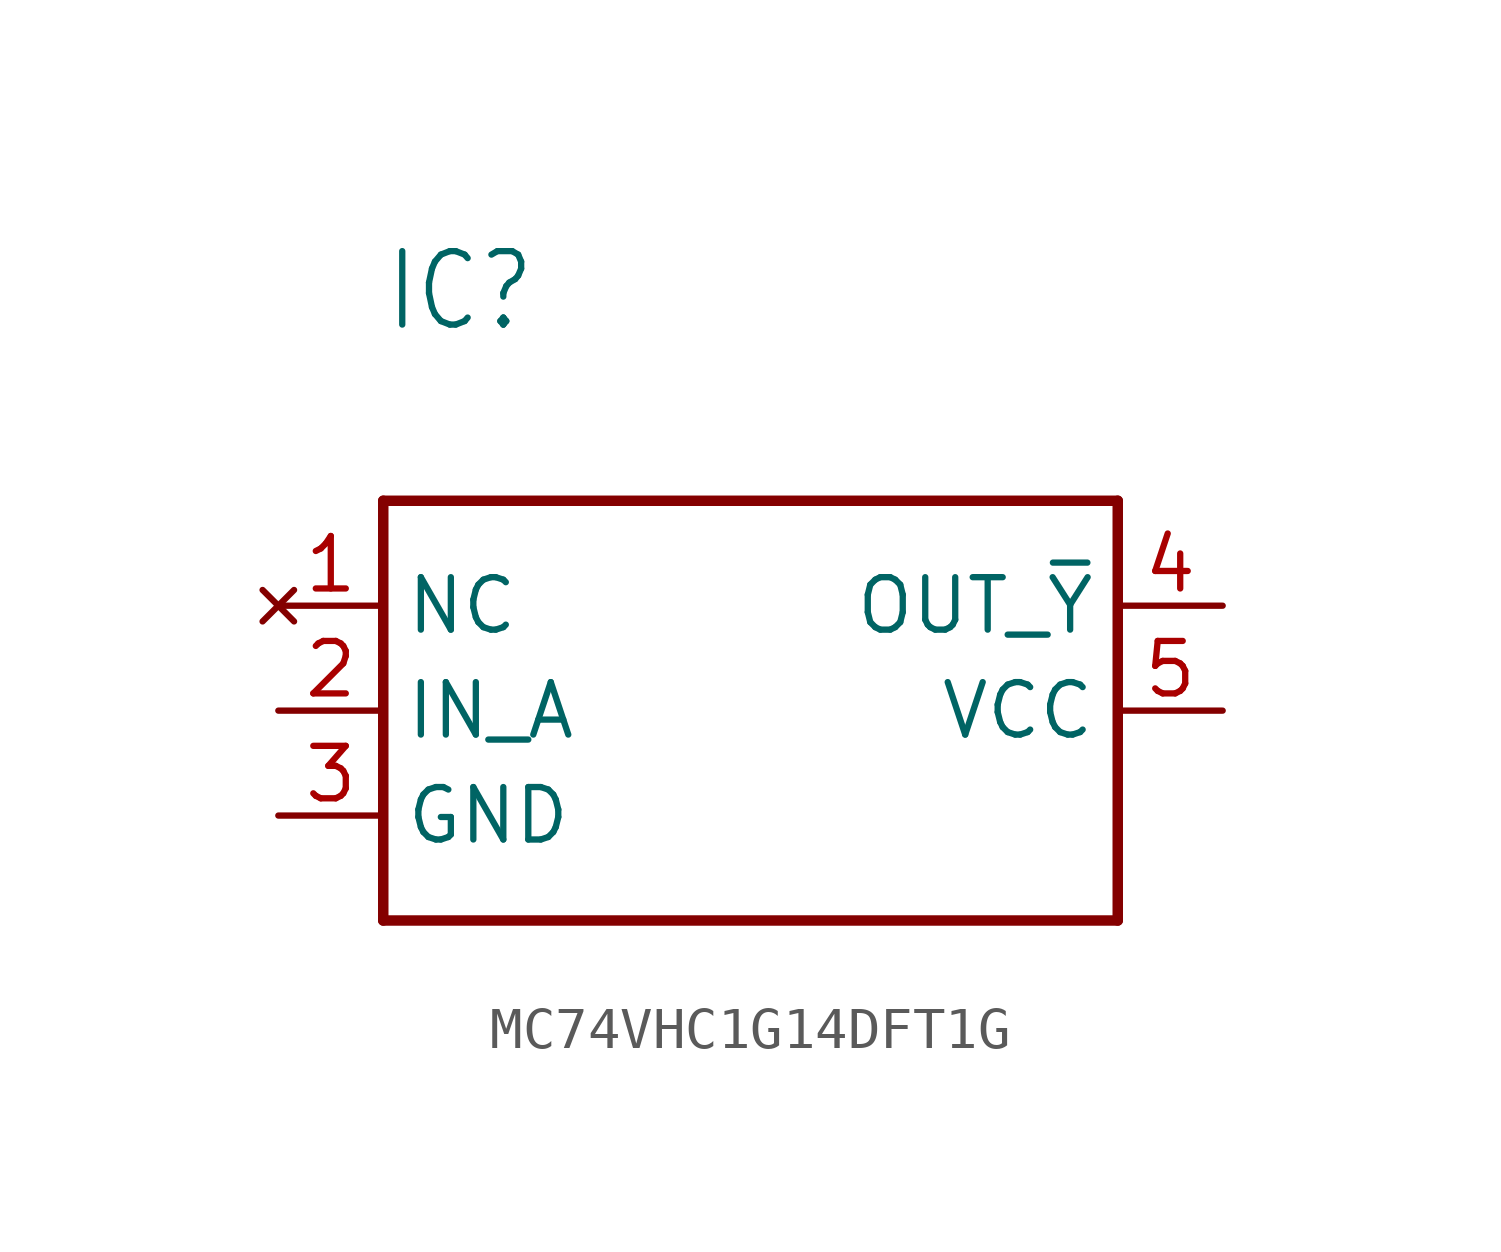
<source format=kicad_sym>
(kicad_symbol_lib
  (version 20220914)
  (generator kicad_symbol_editor)
  (symbol "MC74VHC1G14DFT1G"
    (property "Reference" "IC"
      (at 2.54 7.62 0)
      (effects (font (size 1.778 1.511)) (justify left)))
    (property "Value" ""
      (at 2.54 5.08 0)
      (effects (font (size 1.778 1.511)) (justify left)))
    (property "ki_locked" ""
      (at 0 0 0)
      (effects (font (size 1.27 1.27))))
    (symbol "MC74VHC1G14DFT1G_1_0"
      (polyline (pts (xy 2.54 2.54) (xy 2.54 -7.62)) (stroke (width 0.254) (type solid)) (fill (type none)))
      (polyline (pts (xy 2.54 2.54) (xy 20.32 2.54)) (stroke (width 0.254) (type solid)) (fill (type none)))
      (polyline (pts (xy 20.32 -7.62) (xy 2.54 -7.62)) (stroke (width 0.254) (type solid)) (fill (type none)))
      (polyline (pts (xy 20.32 -7.62) (xy 20.32 2.54)) (stroke (width 0.254) (type solid)) (fill (type none)))
      (pin no_connect line (at 0 0 0) (length 2.54) (name "NC" (effects (font (size 1.27 1.27)))) (number "1" (effects (font (size 1.27 1.27)))))
      (pin input line (at 0 -2.54 0) (length 2.54) (name "IN_A" (effects (font (size 1.27 1.27)))) (number "2" (effects (font (size 1.27 1.27)))))
      (pin power_in line (at 0 -5.08 0) (length 2.54) (name "GND" (effects (font (size 1.27 1.27)))) (number "3" (effects (font (size 1.27 1.27)))))
      (pin output line (at 22.86 0 180) (length 2.54) (name "OUT_~{Y}" (effects (font (size 1.27 1.27)))) (number "4" (effects (font (size 1.27 1.27)))))
      (pin power_in line (at 22.86 -2.54 180) (length 2.54) (name "VCC" (effects (font (size 1.27 1.27)))) (number "5" (effects (font (size 1.27 1.27))))))))
</source>
